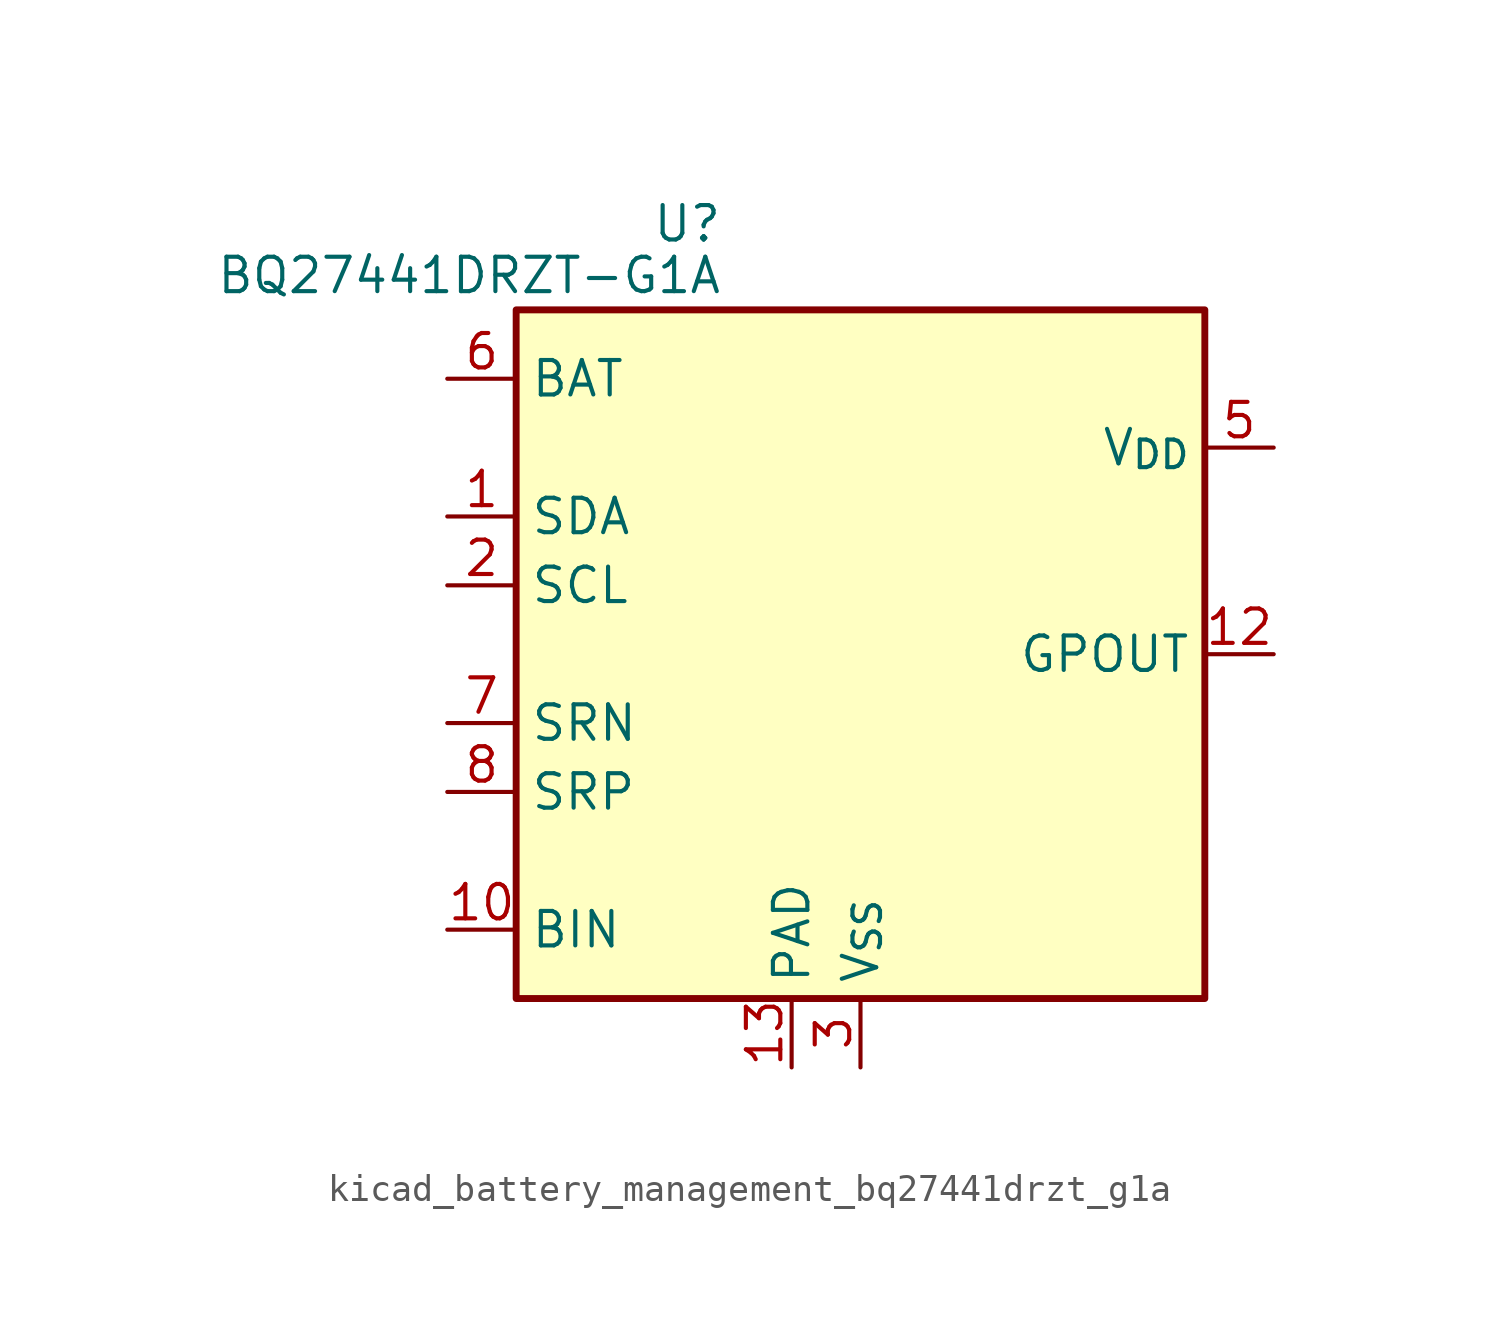
<source format=kicad_sym>
(kicad_symbol_lib
  (version 20220914)
  (generator kicad_symbol_editor)
  (symbol "kicad_battery_management_bq27441drzt_g1a"
    (property "Reference" "U"
      (at -5.08 15.875 0)
      (effects (font (size 1.27 1.27)) (justify right)))
    (property "Value" "BQ27441DRZT-G1A"
      (at -5.08 13.97 0)
      (effects (font (size 1.27 1.27)) (justify right)))
    (symbol "kicad_battery_management_bq27441drzt_g1a_0_1"
      (rectangle (start -12.7 12.7) (end 12.7 -12.7) (stroke (width 0.254) (type default)) (fill (type background))))
    (symbol "kicad_battery_management_bq27441drzt_g1a_1_1"
      (pin bidirectional line (at -15.24 5.08 0) (length 2.54) (name "SDA" (effects (font (size 1.27 1.27)))) (number "1" (effects (font (size 1.27 1.27)))))
      (pin input line (at -15.24 -10.16 0) (length 2.54) (name "BIN" (effects (font (size 1.27 1.27)))) (number "10" (effects (font (size 1.27 1.27)))))
      (pin no_connect line (at 10.16 -2.54 180) (length 2.54) hide (name "NC" (effects (font (size 1.27 1.27)))) (number "11" (effects (font (size 1.27 1.27)))))
      (pin output line (at 15.24 0 180) (length 2.54) (name "GPOUT" (effects (font (size 1.27 1.27)))) (number "12" (effects (font (size 1.27 1.27)))))
      (pin power_in line (at -2.54 -15.24 90) (length 2.54) (name "PAD" (effects (font (size 1.27 1.27)))) (number "13" (effects (font (size 1.27 1.27)))))
      (pin input line (at -15.24 2.54 0) (length 2.54) (name "SCL" (effects (font (size 1.27 1.27)))) (number "2" (effects (font (size 1.27 1.27)))))
      (pin power_in line (at 0 -15.24 90) (length 2.54) (name "V_{SS}" (effects (font (size 1.27 1.27)))) (number "3" (effects (font (size 1.27 1.27)))))
      (pin no_connect line (at 10.16 -7.62 180) (length 2.54) hide (name "NC" (effects (font (size 1.27 1.27)))) (number "4" (effects (font (size 1.27 1.27)))))
      (pin power_out line (at 15.24 7.62 180) (length 2.54) (name "V_{DD}" (effects (font (size 1.27 1.27)))) (number "5" (effects (font (size 1.27 1.27)))))
      (pin power_in line (at -15.24 10.16 0) (length 2.54) (name "BAT" (effects (font (size 1.27 1.27)))) (number "6" (effects (font (size 1.27 1.27)))))
      (pin input line (at -15.24 -2.54 0) (length 2.54) (name "SRN" (effects (font (size 1.27 1.27)))) (number "7" (effects (font (size 1.27 1.27)))))
      (pin input line (at -15.24 -5.08 0) (length 2.54) (name "SRP" (effects (font (size 1.27 1.27)))) (number "8" (effects (font (size 1.27 1.27)))))
      (pin no_connect line (at 10.16 -5.08 180) (length 2.54) hide (name "NC" (effects (font (size 1.27 1.27)))) (number "9" (effects (font (size 1.27 1.27))))))))
</source>
